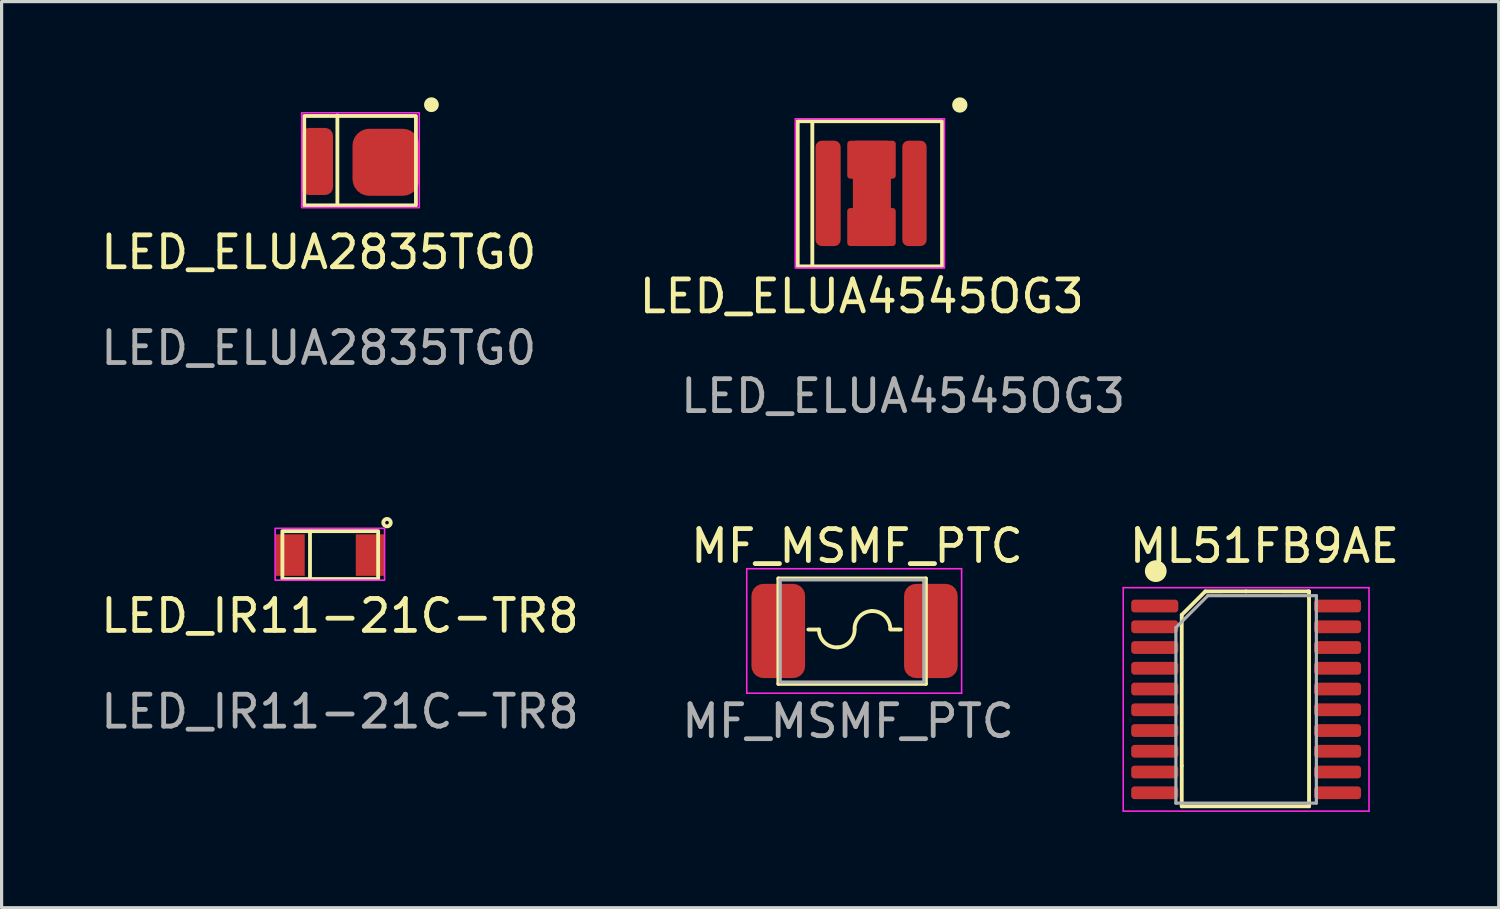
<source format=kicad_pcb>
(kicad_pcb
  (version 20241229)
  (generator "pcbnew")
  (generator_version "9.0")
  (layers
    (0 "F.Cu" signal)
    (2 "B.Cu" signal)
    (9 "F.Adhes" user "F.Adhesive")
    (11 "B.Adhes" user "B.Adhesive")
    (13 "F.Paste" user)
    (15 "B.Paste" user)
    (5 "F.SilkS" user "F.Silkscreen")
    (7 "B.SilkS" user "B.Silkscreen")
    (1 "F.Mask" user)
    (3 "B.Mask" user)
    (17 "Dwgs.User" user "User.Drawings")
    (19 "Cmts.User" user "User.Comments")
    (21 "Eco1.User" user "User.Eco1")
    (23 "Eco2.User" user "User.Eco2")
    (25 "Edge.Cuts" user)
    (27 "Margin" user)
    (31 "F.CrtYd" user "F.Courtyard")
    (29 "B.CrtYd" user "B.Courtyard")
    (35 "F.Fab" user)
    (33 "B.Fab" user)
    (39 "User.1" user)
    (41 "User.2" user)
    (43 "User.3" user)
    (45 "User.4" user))
  (footprint "LED_ELUA2835TG0"
    (layer "F.Cu")
    (at 8.23 1.983)
    (property "Reference" "LED_ELUA2835TG0" (at -1.295 2.869 0) (unlocked yes) (layer "F.SilkS") (effects (font (size 1 1) (thickness 0.15))))
    (attr smd)
    (fp_line (start -0.711 -1.422) (end -0.711 1.372) (stroke (width 0.12) (type solid)) (layer "F.SilkS"))
    (fp_rect (start -1.75 -1.4) (end 1.75 1.4) (stroke (width 0.12) (type default)) (fill no) (layer "F.SilkS"))
    (fp_circle (center 2.235 -1.753) (end 2.406 -1.753) (stroke (width 0.12) (type solid)) (fill yes) (layer "F.SilkS"))
    (fp_rect (start -1.829 -1.499) (end 1.854 1.473) (stroke (width 0.05) (type default)) (fill no) (layer "F.CrtYd"))
    (fp_text user "${REFERENCE}" (at -1.295 5.869 0) (unlocked yes) (layer "F.Fab") (effects (font (size 1 1) (thickness 0.15))))
    (pad "1" smd roundrect (at 0.813 0.051) (size 2.1 2.1) (layers "F.Cu" "F.Mask" "F.Paste") (roundrect_rratio 0.25))
    (pad "2" smd roundrect (at -1.346 0.025) (size 1 2.1) (layers "F.Cu" "F.Mask" "F.Paste") (roundrect_rratio 0.25)))
  (footprint "MF_MSMF_PTC"
    (layer "F.Cu")
    (at 23.721 16.671)
    (property "Reference" "MF_MSMF_PTC" (at 0.076 -2.616 0) (unlocked yes) (layer "F.SilkS") (effects (font (size 1 1) (thickness 0.15))))
    (attr smd)
    (fp_line (start -2.388 -1.6) (end -2.388 1.702) (stroke (width 0.12) (type solid)) (layer "F.SilkS"))
    (fp_line (start -2.388 1.702) (end 2.235 1.702) (stroke (width 0.12) (type solid)) (layer "F.SilkS"))
    (fp_line (start -1.116 0) (end -1.448 0) (stroke (width 0.12) (type solid)) (layer "F.SilkS"))
    (fp_line (start 1.118 0) (end 1.372 0) (stroke (width 0.12) (type solid)) (layer "F.SilkS"))
    (fp_line (start 1.397 0) (end 1.448 0) (stroke (width 0.12) (type solid)) (layer "F.SilkS"))
    (fp_line (start 2.235 -1.6) (end -2.388 -1.6) (stroke (width 0.12) (type solid)) (layer "F.SilkS"))
    (fp_line (start 2.235 1.702) (end 2.235 -1.6) (stroke (width 0.12) (type solid)) (layer "F.SilkS"))
    (fp_arc (start -0.531418 0.558799) (mid -0.943272 0.404419) (end -1.116194 0) (stroke (width 0.12) (type solid)) (layer "F.SilkS"))
    (fp_arc (start -0.000575 -0.019947) (mid 0.154382 -0.4064) (end 0.5334 -0.578745) (stroke (width 0.12) (type solid)) (layer "F.SilkS"))
    (fp_arc (start 0.002557 0) (mid -0.1524 0.386453) (end -0.531418 0.558798) (stroke (width 0.12) (type solid)) (layer "F.SilkS"))
    (fp_arc (start 0.5334 -0.578746) (mid 0.945254 -0.424366) (end 1.118176 -0.019947) (stroke (width 0.12) (type solid)) (layer "F.SilkS"))
    (fp_line (start -3.378 -1.905) (end 3.353 -1.905) (stroke (width 0.05) (type solid)) (layer "F.CrtYd"))
    (fp_line (start -3.378 1.995) (end -3.378 -1.905) (stroke (width 0.05) (type solid)) (layer "F.CrtYd"))
    (fp_line (start 3.353 -1.905) (end 3.353 1.995) (stroke (width 0.05) (type solid)) (layer "F.CrtYd"))
    (fp_line (start 3.353 1.995) (end -3.378 1.995) (stroke (width 0.05) (type solid)) (layer "F.CrtYd"))
    (fp_line (start -2.33 -1.555) (end 2.17 -1.555) (stroke (width 0.1) (type solid)) (layer "F.Fab"))
    (fp_line (start -2.33 1.645) (end -2.33 -1.555) (stroke (width 0.1) (type solid)) (layer "F.Fab"))
    (fp_line (start 2.17 -1.555) (end 2.17 1.645) (stroke (width 0.1) (type solid)) (layer "F.Fab"))
    (fp_line (start 2.17 1.645) (end -2.33 1.645) (stroke (width 0.1) (type solid)) (layer "F.Fab"))
    (fp_text user "${REFERENCE}" (at -0.203 2.87 0) (unlocked yes) (layer "F.Fab") (effects (font (size 1 1) (thickness 0.15))))
    (pad "1" smd roundrect (at -2.39 0.045) (size 1.68 2.95) (layers "F.Cu" "F.Mask" "F.Paste") (roundrect_rratio 0.222))
    (pad "2" smd roundrect (at 2.39 0.045) (size 1.68 2.95) (layers "F.Cu" "F.Mask" "F.Paste") (roundrect_rratio 0.222)))
  (footprint "LED_ELUA4545OG3"
    (layer "F.Cu")
    (at 24.251 3.008)
    (property "Reference" "LED_ELUA4545OG3" (at -0.305 3.226 0) (unlocked yes) (layer "F.SilkS") (effects (font (size 1 1) (thickness 0.15))))
    (attr smd)
    (fp_poly (pts (xy 0.66 -1.549) (xy 0.66 -0.56) (xy 0.508 -0.559) (xy 0.508 0.559) (xy 0.66 0.559) (xy 0.66 1.549) (xy -0.66 1.549) (xy -0.66 0.559) (xy -0.483 0.559) (xy -0.483 -0.559) (xy -0.66 -0.56) (xy -0.66 -1.549)) (stroke (width 0.2) (type solid)) (fill yes) (layer "F.Cu"))
    (fp_line (start -1.854 -2.235) (end -1.854 2.286) (stroke (width 0.12) (type default)) (layer "F.SilkS"))
    (fp_rect (start -2.311 -2.261) (end 2.21 2.286) (stroke (width 0.12) (type default)) (fill no) (layer "F.SilkS"))
    (fp_circle (center 2.767 -2.769) (end 2.946 -2.769) (stroke (width 0.12) (type solid)) (fill yes) (layer "F.SilkS"))
    (fp_rect (start -2.388 -2.337) (end 2.286 2.337) (stroke (width 0.05) (type default)) (fill no) (layer "F.CrtYd"))
    (fp_text user "${REFERENCE}" (at 0.991 6.35 0) (unlocked yes) (layer "F.Fab") (effects (font (size 1 1) (thickness 0.15))))
    (pad "1" smd roundrect (at 1.346 0) (size 0.762 3.302) (layers "F.Cu" "F.Mask" "F.Paste") (roundrect_rratio 0.25))
    (pad "2" smd roundrect (at -1.359 0) (size 0.787 3.302) (layers "F.Cu" "F.Mask" "F.Paste") (roundrect_rratio 0.25))
    (pad "3" smd custom (at 0 0) (size 1 3.3) (layers "F.Cu" "F.Mask" "F.Paste") (options (anchor rect)) (primitives)))
  (footprint "ML51FB9AE"
    (layer "F.Cu")
    (at 36.002 19.363)
    (property "Reference" "ML51FB9AE" (at 0.559 -5.309 0) (unlocked yes) (layer "F.SilkS") (effects (font (size 1 1) (thickness 0.15))))
    (attr smd)
    (fp_line (start -2.032 -3.15) (end -2.032 1.575) (stroke (width 0.12) (type solid)) (layer "F.SilkS"))
    (fp_line (start -2.032 1.575) (end -2.032 2.845) (stroke (width 0.12) (type solid)) (layer "F.SilkS"))
    (fp_line (start -2.032 2.845) (end 1.956 2.845) (stroke (width 0.12) (type solid)) (layer "F.SilkS"))
    (fp_line (start -1.295 -3.886) (end -2.032 -3.15) (stroke (width 0.12) (type solid)) (layer "F.SilkS"))
    (fp_line (start -0.015 -3.888) (end -1.295 -3.886) (stroke (width 0.12) (type solid)) (layer "F.SilkS"))
    (fp_line (start -0.015 -3.888) (end 1.93 -3.886) (stroke (width 0.12) (type solid)) (layer "F.SilkS"))
    (fp_line (start 1.93 -3.886) (end 1.956 -3.886) (stroke (width 0.12) (type solid)) (layer "F.SilkS"))
    (fp_line (start 1.956 -3.886) (end 1.956 -3.683) (stroke (width 0.12) (type solid)) (layer "F.SilkS"))
    (fp_line (start 1.956 2.845) (end 1.956 -3.683) (stroke (width 0.12) (type solid)) (layer "F.SilkS"))
    (fp_circle (center -2.846 -4.521) (end -2.565 -4.521) (stroke (width 0.12) (type solid)) (fill yes) (layer "F.SilkS"))
    (fp_line (start -3.865 -4.003) (end -3.865 2.997) (stroke (width 0.05) (type solid)) (layer "F.CrtYd"))
    (fp_line (start -3.865 2.997) (end 3.835 2.997) (stroke (width 0.05) (type solid)) (layer "F.CrtYd"))
    (fp_line (start 3.835 -4.003) (end -3.865 -4.003) (stroke (width 0.05) (type solid)) (layer "F.CrtYd"))
    (fp_line (start 3.835 2.997) (end 3.835 -4.003) (stroke (width 0.05) (type solid)) (layer "F.CrtYd"))
    (fp_line (start -2.215 -2.753) (end -1.215 -3.753) (stroke (width 0.1) (type solid)) (layer "F.Fab"))
    (fp_line (start -2.215 2.747) (end -2.215 -2.753) (stroke (width 0.1) (type solid)) (layer "F.Fab"))
    (fp_line (start -1.215 -3.753) (end 2.185 -3.753) (stroke (width 0.1) (type solid)) (layer "F.Fab"))
    (fp_line (start 2.185 -3.753) (end 2.185 2.747) (stroke (width 0.1) (type solid)) (layer "F.Fab"))
    (fp_line (start 2.185 2.747) (end -2.215 2.747) (stroke (width 0.1) (type solid)) (layer "F.Fab"))
    (pad "1" smd roundrect (at -2.877 -3.428) (size 1.475 0.4) (layers "F.Cu" "F.Mask" "F.Paste") (roundrect_rratio 0.25))
    (pad "2" smd roundrect (at -2.877 -2.778) (size 1.475 0.4) (layers "F.Cu" "F.Mask" "F.Paste") (roundrect_rratio 0.25))
    (pad "3" smd roundrect (at -2.877 -2.128) (size 1.475 0.4) (layers "F.Cu" "F.Mask" "F.Paste") (roundrect_rratio 0.25))
    (pad "4" smd roundrect (at -2.877 -1.478) (size 1.475 0.4) (layers "F.Cu" "F.Mask" "F.Paste") (roundrect_rratio 0.25))
    (pad "5" smd roundrect (at -2.877 -0.828) (size 1.475 0.4) (layers "F.Cu" "F.Mask" "F.Paste") (roundrect_rratio 0.25))
    (pad "6" smd roundrect (at -2.877 -0.178) (size 1.475 0.4) (layers "F.Cu" "F.Mask" "F.Paste") (roundrect_rratio 0.25))
    (pad "7" smd roundrect (at -2.877 0.472) (size 1.475 0.4) (layers "F.Cu" "F.Mask" "F.Paste") (roundrect_rratio 0.25))
    (pad "8" smd roundrect (at -2.877 1.122) (size 1.475 0.4) (layers "F.Cu" "F.Mask" "F.Paste") (roundrect_rratio 0.25))
    (pad "9" smd roundrect (at -2.877 1.772) (size 1.475 0.4) (layers "F.Cu" "F.Mask" "F.Paste") (roundrect_rratio 0.25))
    (pad "10" smd roundrect (at -2.877 2.422) (size 1.475 0.4) (layers "F.Cu" "F.Mask" "F.Paste") (roundrect_rratio 0.25))
    (pad "11" smd roundrect (at 2.848 2.422) (size 1.475 0.4) (layers "F.Cu" "F.Mask" "F.Paste") (roundrect_rratio 0.25))
    (pad "12" smd roundrect (at 2.848 1.772) (size 1.475 0.4) (layers "F.Cu" "F.Mask" "F.Paste") (roundrect_rratio 0.25))
    (pad "13" smd roundrect (at 2.848 1.122) (size 1.475 0.4) (layers "F.Cu" "F.Mask" "F.Paste") (roundrect_rratio 0.25))
    (pad "14" smd roundrect (at 2.848 0.472) (size 1.475 0.4) (layers "F.Cu" "F.Mask" "F.Paste") (roundrect_rratio 0.25))
    (pad "15" smd roundrect (at 2.848 -0.178) (size 1.475 0.4) (layers "F.Cu" "F.Mask" "F.Paste") (roundrect_rratio 0.25))
    (pad "16" smd roundrect (at 2.848 -0.828) (size 1.475 0.4) (layers "F.Cu" "F.Mask" "F.Paste") (roundrect_rratio 0.25))
    (pad "17" smd roundrect (at 2.848 -1.478) (size 1.475 0.4) (layers "F.Cu" "F.Mask" "F.Paste") (roundrect_rratio 0.25))
    (pad "18" smd roundrect (at 2.848 -2.128) (size 1.475 0.4) (layers "F.Cu" "F.Mask" "F.Paste") (roundrect_rratio 0.25))
    (pad "19" smd roundrect (at 2.848 -2.778) (size 1.475 0.4) (layers "F.Cu" "F.Mask" "F.Paste") (roundrect_rratio 0.25))
    (pad "20" smd roundrect (at 2.848 -3.428) (size 1.475 0.4) (layers "F.Cu" "F.Mask" "F.Paste") (roundrect_rratio 0.25)))
  (footprint "LED_IR11-21C-TR8"
    (layer "F.Cu")
    (at 7.296 14.339)
    (property "Reference" "LED_IR11-21C-TR8" (at 0.305 1.904 0) (unlocked yes) (layer "F.SilkS") (effects (font (size 1 1) (thickness 0.15))))
    (attr smd)
    (fp_line (start -0.635 -0.737) (end -0.635 0.737) (stroke (width 0.12) (type default)) (layer "F.SilkS"))
    (fp_rect (start -1.5 -0.75) (end 1.5 0.75) (stroke (width 0.12) (type solid)) (fill no) (layer "F.SilkS"))
    (fp_circle (center 1.778 -1.016) (end 1.829 -0.991) (stroke (width 0.12) (type default)) (fill no) (layer "F.SilkS"))
    (fp_rect (start -1.727 -0.838) (end 1.702 0.787) (stroke (width 0.05) (type default)) (fill no) (layer "F.CrtYd"))
    (fp_text user "${REFERENCE}" (at 0.305 4.904 0) (unlocked yes) (layer "F.Fab") (effects (font (size 1 1) (thickness 0.15))))
    (pad "1" smd custom (at 1.25 0) (size 0.9 1.3) (layers "F.Cu" "F.Mask" "F.Paste") (options (anchor rect)) (primitives))
    (pad "2" smd custom (at -1.25 0) (size 0.9 1.3) (layers "F.Cu" "F.Mask" "F.Paste") (options (anchor rect)) (primitives)))
  (gr_rect
    (start -3 -3)
    (end 43.9 25.386)
    (stroke (width 0.1) (type default))
    (fill no)
    (layer "Edge.Cuts")))
</source>
